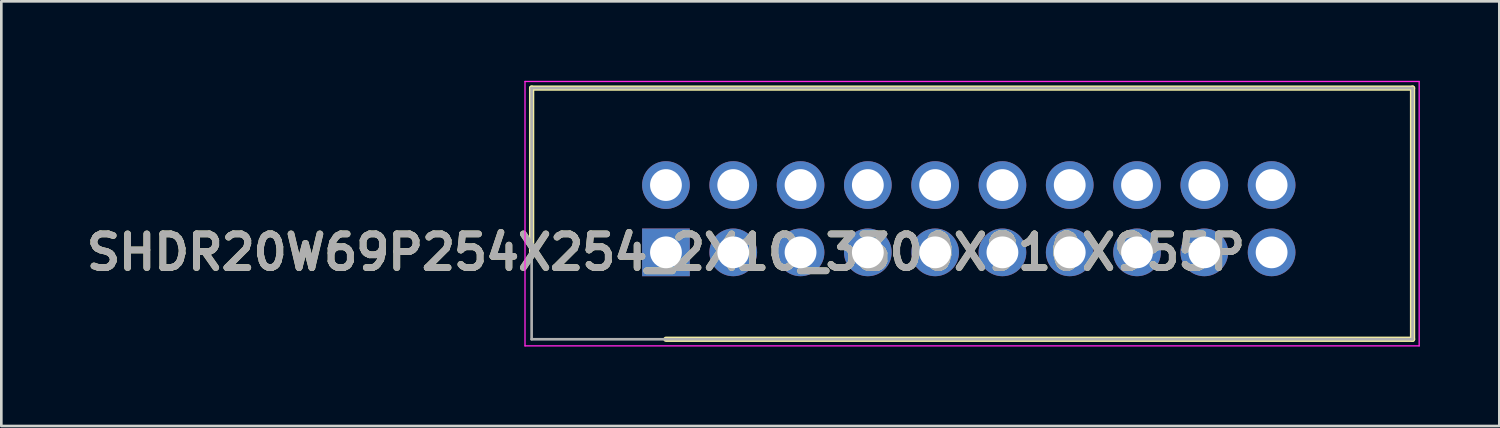
<source format=kicad_pcb>
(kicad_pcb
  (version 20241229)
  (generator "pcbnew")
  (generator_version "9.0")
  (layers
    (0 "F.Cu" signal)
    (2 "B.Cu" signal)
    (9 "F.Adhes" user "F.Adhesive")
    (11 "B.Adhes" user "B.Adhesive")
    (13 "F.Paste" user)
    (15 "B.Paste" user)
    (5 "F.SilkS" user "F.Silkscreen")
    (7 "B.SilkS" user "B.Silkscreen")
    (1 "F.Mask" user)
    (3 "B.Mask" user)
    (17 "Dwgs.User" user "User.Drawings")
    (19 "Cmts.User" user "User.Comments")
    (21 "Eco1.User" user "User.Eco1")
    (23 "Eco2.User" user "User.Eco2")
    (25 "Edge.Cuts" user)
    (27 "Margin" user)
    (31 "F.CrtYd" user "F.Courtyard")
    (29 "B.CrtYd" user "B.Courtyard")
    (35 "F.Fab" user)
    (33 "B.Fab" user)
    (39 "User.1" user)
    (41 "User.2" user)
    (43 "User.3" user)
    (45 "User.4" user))
  (footprint "SHDR20W69P254X254_2X10_3300X910X955P"
    (layer "F.Cu")
    (at 22.086 6.475)
    (property "Reference" "SHDR20W69P254X254_2X10_3300X910X955P" (at 0 0 0) (layer "F.SilkS") (effects (font (size 1.27 1.27) (thickness 0.254))))
    (attr through_hole)
    (fp_line (start -5.07 -6.2) (end -5.07 0) (stroke (width 0.2) (type solid)) (layer "F.SilkS"))
    (fp_line (start 0 3.28) (end 28.18 3.28) (stroke (width 0.2) (type solid)) (layer "F.SilkS"))
    (fp_line (start 28.18 -6.2) (end -5.07 -6.2) (stroke (width 0.2) (type solid)) (layer "F.SilkS"))
    (fp_line (start 28.18 3.28) (end 28.18 -6.2) (stroke (width 0.2) (type solid)) (layer "F.SilkS"))
    (fp_line (start -5.32 -6.45) (end 28.43 -6.45) (stroke (width 0.05) (type solid)) (layer "F.CrtYd"))
    (fp_line (start -5.32 3.53) (end -5.32 -6.45) (stroke (width 0.05) (type solid)) (layer "F.CrtYd"))
    (fp_line (start 28.43 -6.45) (end 28.43 3.53) (stroke (width 0.05) (type solid)) (layer "F.CrtYd"))
    (fp_line (start 28.43 3.53) (end -5.32 3.53) (stroke (width 0.05) (type solid)) (layer "F.CrtYd"))
    (fp_line (start -5.07 -6.2) (end 28.18 -6.2) (stroke (width 0.1) (type solid)) (layer "F.Fab"))
    (fp_line (start -5.07 3.28) (end -5.07 -6.2) (stroke (width 0.1) (type solid)) (layer "F.Fab"))
    (fp_line (start 28.18 -6.2) (end 28.18 3.28) (stroke (width 0.1) (type solid)) (layer "F.Fab"))
    (fp_line (start 28.18 3.28) (end -5.07 3.28) (stroke (width 0.1) (type solid)) (layer "F.Fab"))
    (fp_text user "${REFERENCE}" (at 0 0 0) (layer "F.Fab") (effects (font (size 1.27 1.27) (thickness 0.254))))
    (pad "1" thru_hole rect (at 0 0) (size 1.8 1.8) (drill 1.2) (layers "*.Cu" "*.Mask"))
    (pad "2" thru_hole circle (at 0 -2.54) (size 1.8 1.8) (drill 1.2) (layers "*.Cu" "*.Mask"))
    (pad "3" thru_hole circle (at 2.54 0) (size 1.8 1.8) (drill 1.2) (layers "*.Cu" "*.Mask"))
    (pad "4" thru_hole circle (at 2.54 -2.54) (size 1.8 1.8) (drill 1.2) (layers "*.Cu" "*.Mask"))
    (pad "5" thru_hole circle (at 5.08 0) (size 1.8 1.8) (drill 1.2) (layers "*.Cu" "*.Mask"))
    (pad "6" thru_hole circle (at 5.08 -2.54) (size 1.8 1.8) (drill 1.2) (layers "*.Cu" "*.Mask"))
    (pad "7" thru_hole circle (at 7.62 0) (size 1.8 1.8) (drill 1.2) (layers "*.Cu" "*.Mask"))
    (pad "8" thru_hole circle (at 7.62 -2.54) (size 1.8 1.8) (drill 1.2) (layers "*.Cu" "*.Mask"))
    (pad "9" thru_hole circle (at 10.16 0) (size 1.8 1.8) (drill 1.2) (layers "*.Cu" "*.Mask"))
    (pad "10" thru_hole circle (at 10.16 -2.54) (size 1.8 1.8) (drill 1.2) (layers "*.Cu" "*.Mask"))
    (pad "11" thru_hole circle (at 12.7 0) (size 1.8 1.8) (drill 1.2) (layers "*.Cu" "*.Mask"))
    (pad "12" thru_hole circle (at 12.7 -2.54) (size 1.8 1.8) (drill 1.2) (layers "*.Cu" "*.Mask"))
    (pad "13" thru_hole circle (at 15.24 0) (size 1.8 1.8) (drill 1.2) (layers "*.Cu" "*.Mask"))
    (pad "14" thru_hole circle (at 15.24 -2.54) (size 1.8 1.8) (drill 1.2) (layers "*.Cu" "*.Mask"))
    (pad "15" thru_hole circle (at 17.78 0) (size 1.8 1.8) (drill 1.2) (layers "*.Cu" "*.Mask"))
    (pad "16" thru_hole circle (at 17.78 -2.54) (size 1.8 1.8) (drill 1.2) (layers "*.Cu" "*.Mask"))
    (pad "17" thru_hole circle (at 20.32 0) (size 1.8 1.8) (drill 1.2) (layers "*.Cu" "*.Mask"))
    (pad "18" thru_hole circle (at 20.32 -2.54) (size 1.8 1.8) (drill 1.2) (layers "*.Cu" "*.Mask"))
    (pad "19" thru_hole circle (at 22.86 0) (size 1.8 1.8) (drill 1.2) (layers "*.Cu" "*.Mask"))
    (pad "20" thru_hole circle (at 22.86 -2.54) (size 1.8 1.8) (drill 1.2) (layers "*.Cu" "*.Mask")))
  (gr_rect
    (start -3 -3)
    (end 53.541 13.03)
    (stroke (width 0.1) (type default))
    (fill no)
    (layer "Edge.Cuts")))
</source>
